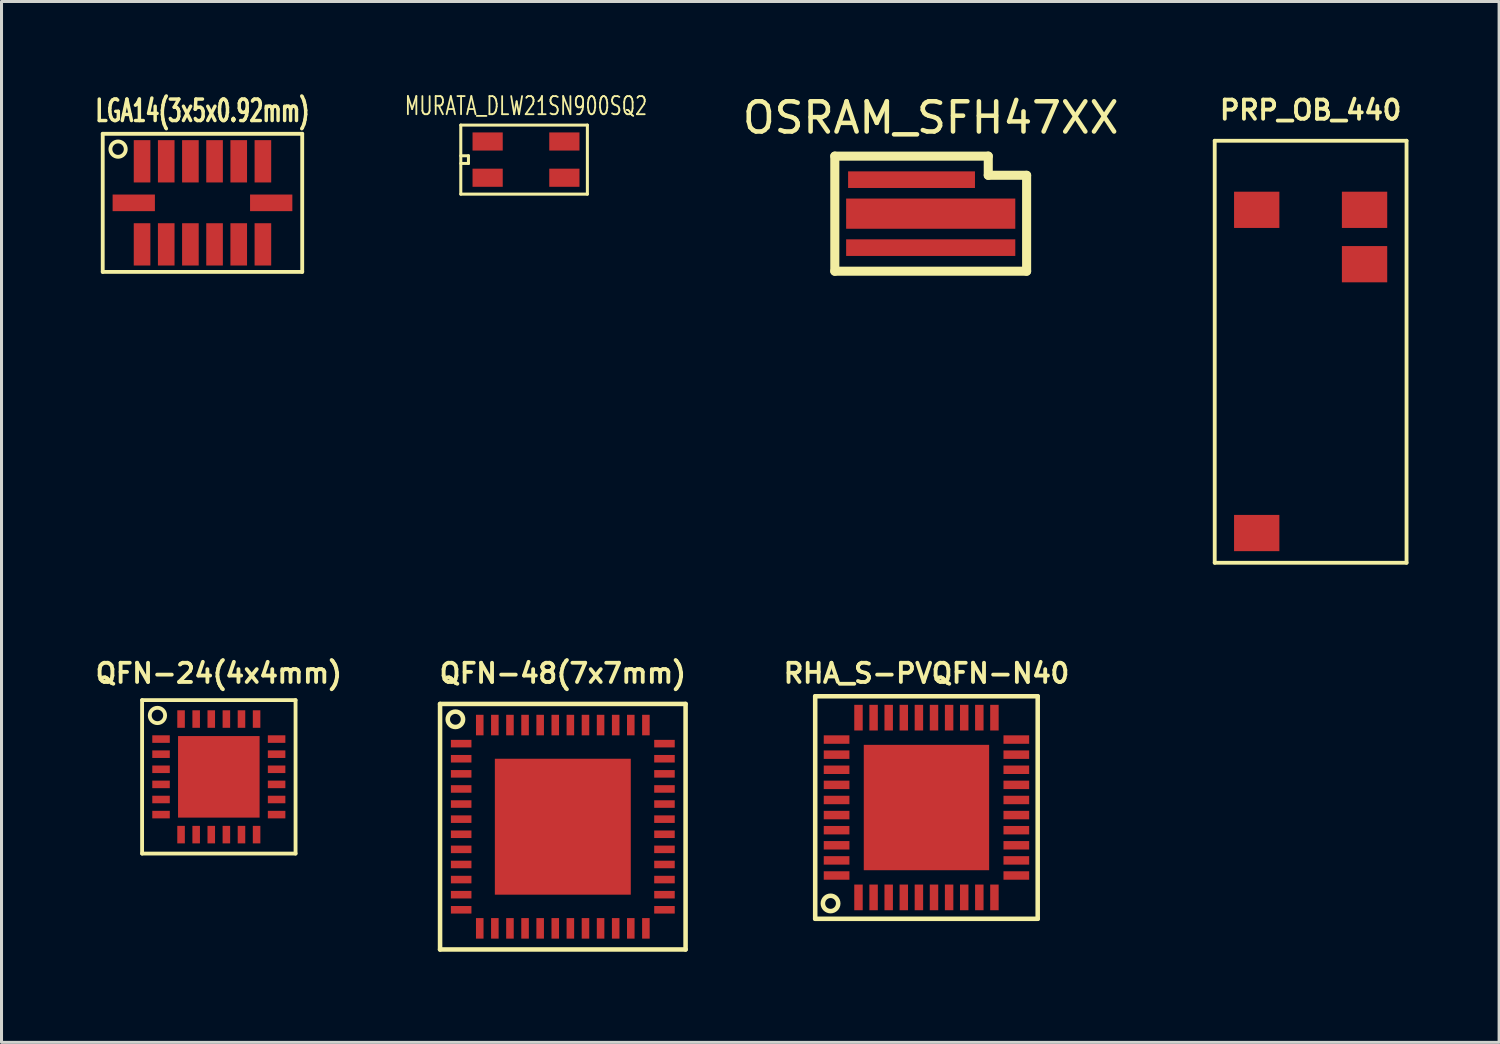
<source format=kicad_pcb>
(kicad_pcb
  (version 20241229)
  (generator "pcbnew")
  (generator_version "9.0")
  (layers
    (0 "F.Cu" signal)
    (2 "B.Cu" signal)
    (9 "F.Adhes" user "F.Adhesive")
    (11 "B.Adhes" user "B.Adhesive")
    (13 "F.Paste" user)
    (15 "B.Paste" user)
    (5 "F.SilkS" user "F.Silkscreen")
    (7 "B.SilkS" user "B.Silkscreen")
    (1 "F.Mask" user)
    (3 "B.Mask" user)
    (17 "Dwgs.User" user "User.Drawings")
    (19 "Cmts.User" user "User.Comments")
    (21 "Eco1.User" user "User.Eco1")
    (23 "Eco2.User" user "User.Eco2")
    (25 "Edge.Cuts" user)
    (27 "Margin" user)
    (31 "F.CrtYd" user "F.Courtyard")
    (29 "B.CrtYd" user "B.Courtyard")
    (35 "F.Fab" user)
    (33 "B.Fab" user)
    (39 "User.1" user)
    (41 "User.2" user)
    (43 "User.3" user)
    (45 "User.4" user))
  (footprint "RHA_S-PVQFN-N40"
    (layer "F.Cu")
    (at 27.62 23.683)
    (property "Reference" "RHA_S-PVQFN-N40" (at 0 -4.445 0) (layer "F.SilkS") (effects (font (size 0.635 0.635) (thickness 0.127))))
    (attr smd)
    (fp_line (start -3.683 -3.683) (end 3.683 -3.683) (stroke (width 0.15) (type solid)) (layer "F.SilkS"))
    (fp_line (start -3.683 3.683) (end -3.683 -3.683) (stroke (width 0.15) (type solid)) (layer "F.SilkS"))
    (fp_line (start 3.683 -3.683) (end 3.683 3.683) (stroke (width 0.15) (type solid)) (layer "F.SilkS"))
    (fp_line (start 3.683 3.683) (end -3.683 3.683) (stroke (width 0.15) (type solid)) (layer "F.SilkS"))
    (fp_circle (center -3.175 3.175) (end -2.921 3.175) (stroke (width 0.15) (type solid)) (fill no) (layer "F.SilkS"))
    (pad "1" smd rect (at -2.25 2.975) (size 0.28 0.85) (layers "F.Cu" "F.Mask" "F.Paste"))
    (pad "2" smd rect (at -1.75 2.975) (size 0.28 0.85) (layers "F.Cu" "F.Mask" "F.Paste"))
    (pad "3" smd rect (at -1.25 2.975) (size 0.28 0.85) (layers "F.Cu" "F.Mask" "F.Paste"))
    (pad "4" smd rect (at -0.75 2.975) (size 0.28 0.85) (layers "F.Cu" "F.Mask" "F.Paste"))
    (pad "5" smd rect (at -0.25 2.975) (size 0.28 0.85) (layers "F.Cu" "F.Mask" "F.Paste"))
    (pad "6" smd rect (at 0.25 2.975) (size 0.28 0.85) (layers "F.Cu" "F.Mask" "F.Paste"))
    (pad "7" smd rect (at 0.75 2.975) (size 0.28 0.85) (layers "F.Cu" "F.Mask" "F.Paste"))
    (pad "8" smd rect (at 1.25 2.975) (size 0.28 0.85) (layers "F.Cu" "F.Mask" "F.Paste"))
    (pad "9" smd rect (at 1.75 2.975) (size 0.28 0.85) (layers "F.Cu" "F.Mask" "F.Paste"))
    (pad "10" smd rect (at 2.25 2.975) (size 0.28 0.85) (layers "F.Cu" "F.Mask" "F.Paste"))
    (pad "11" smd rect (at 2.975 2.25 90) (size 0.28 0.85) (layers "F.Cu" "F.Mask" "F.Paste"))
    (pad "12" smd rect (at 2.975 1.75 90) (size 0.28 0.85) (layers "F.Cu" "F.Mask" "F.Paste"))
    (pad "13" smd rect (at 2.975 1.25 90) (size 0.28 0.85) (layers "F.Cu" "F.Mask" "F.Paste"))
    (pad "14" smd rect (at 2.975 0.75 90) (size 0.28 0.85) (layers "F.Cu" "F.Mask" "F.Paste"))
    (pad "15" smd rect (at 2.975 0.25 90) (size 0.28 0.85) (layers "F.Cu" "F.Mask" "F.Paste"))
    (pad "16" smd rect (at 2.975 -0.25 90) (size 0.28 0.85) (layers "F.Cu" "F.Mask" "F.Paste"))
    (pad "17" smd rect (at 2.975 -0.75 90) (size 0.28 0.85) (layers "F.Cu" "F.Mask" "F.Paste"))
    (pad "18" smd rect (at 2.975 -1.25 90) (size 0.28 0.85) (layers "F.Cu" "F.Mask" "F.Paste"))
    (pad "19" smd rect (at 2.975 -1.75 90) (size 0.28 0.85) (layers "F.Cu" "F.Mask" "F.Paste"))
    (pad "20" smd rect (at 2.975 -2.25 90) (size 0.28 0.85) (layers "F.Cu" "F.Mask" "F.Paste"))
    (pad "21" smd rect (at 2.25 -2.975) (size 0.28 0.85) (layers "F.Cu" "F.Mask" "F.Paste"))
    (pad "22" smd rect (at 1.75 -2.975) (size 0.28 0.85) (layers "F.Cu" "F.Mask" "F.Paste"))
    (pad "23" smd rect (at 1.25 -2.975) (size 0.28 0.85) (layers "F.Cu" "F.Mask" "F.Paste"))
    (pad "24" smd rect (at 0.75 -2.975) (size 0.28 0.85) (layers "F.Cu" "F.Mask" "F.Paste"))
    (pad "25" smd rect (at 0.25 -2.975) (size 0.28 0.85) (layers "F.Cu" "F.Mask" "F.Paste"))
    (pad "26" smd rect (at -0.25 -2.975) (size 0.28 0.85) (layers "F.Cu" "F.Mask" "F.Paste"))
    (pad "27" smd rect (at -0.75 -2.975) (size 0.28 0.85) (layers "F.Cu" "F.Mask" "F.Paste"))
    (pad "28" smd rect (at -1.25 -2.975) (size 0.28 0.85) (layers "F.Cu" "F.Mask" "F.Paste"))
    (pad "29" smd rect (at -1.75 -2.975) (size 0.28 0.85) (layers "F.Cu" "F.Mask" "F.Paste"))
    (pad "30" smd rect (at -2.25 -2.975) (size 0.28 0.85) (layers "F.Cu" "F.Mask" "F.Paste"))
    (pad "31" smd rect (at -2.975 -2.25 90) (size 0.28 0.85) (layers "F.Cu" "F.Mask" "F.Paste"))
    (pad "32" smd rect (at -2.975 -1.75 90) (size 0.28 0.85) (layers "F.Cu" "F.Mask" "F.Paste"))
    (pad "33" smd rect (at -2.975 -1.25 90) (size 0.28 0.85) (layers "F.Cu" "F.Mask" "F.Paste"))
    (pad "34" smd rect (at -2.975 -0.75 90) (size 0.28 0.85) (layers "F.Cu" "F.Mask" "F.Paste"))
    (pad "35" smd rect (at -2.975 -0.25 90) (size 0.28 0.85) (layers "F.Cu" "F.Mask" "F.Paste"))
    (pad "36" smd rect (at -2.975 0.25 90) (size 0.28 0.85) (layers "F.Cu" "F.Mask" "F.Paste"))
    (pad "37" smd rect (at -2.975 0.75 90) (size 0.28 0.85) (layers "F.Cu" "F.Mask" "F.Paste"))
    (pad "38" smd rect (at -2.975 1.25 90) (size 0.28 0.85) (layers "F.Cu" "F.Mask" "F.Paste"))
    (pad "39" smd rect (at -2.975 1.75 90) (size 0.28 0.85) (layers "F.Cu" "F.Mask" "F.Paste"))
    (pad "40" smd rect (at -2.975 2.25 90) (size 0.28 0.85) (layers "F.Cu" "F.Mask" "F.Paste"))
    (pad "41" smd rect (at 0 0) (size 4.15 4.15) (layers "F.Cu" "F.Mask" "F.Paste")))
  (footprint "QFN-24(4x4mm)"
    (layer "F.Cu")
    (at 4.194 22.667)
    (property "Reference" "QFN-24(4x4mm)" (at 0 -3.429 0) (layer "F.SilkS") (effects (font (size 0.635 0.635) (thickness 0.127))))
    (attr smd)
    (fp_line (start -2.54 -2.54) (end 2.54 -2.54) (stroke (width 0.127) (type solid)) (layer "F.SilkS"))
    (fp_line (start -2.54 2.54) (end -2.54 -2.54) (stroke (width 0.127) (type solid)) (layer "F.SilkS"))
    (fp_line (start 2.54 -2.54) (end 2.54 2.54) (stroke (width 0.127) (type solid)) (layer "F.SilkS"))
    (fp_line (start 2.54 2.54) (end -2.54 2.54) (stroke (width 0.127) (type solid)) (layer "F.SilkS"))
    (fp_circle (center -2.032 -2.032) (end -1.778 -2.032) (stroke (width 0.127) (type solid)) (fill no) (layer "F.SilkS"))
    (pad "1" smd rect (at -1.913 -1.25 90) (size 0.25 0.58) (layers "F.Cu" "F.Mask" "F.Paste"))
    (pad "2" smd rect (at -1.913 -0.75 90) (size 0.25 0.58) (layers "F.Cu" "F.Mask" "F.Paste"))
    (pad "3" smd rect (at -1.913 -0.25 90) (size 0.25 0.58) (layers "F.Cu" "F.Mask" "F.Paste"))
    (pad "4" smd rect (at -1.913 0.25 90) (size 0.25 0.58) (layers "F.Cu" "F.Mask" "F.Paste"))
    (pad "5" smd rect (at -1.913 0.75 90) (size 0.25 0.58) (layers "F.Cu" "F.Mask" "F.Paste"))
    (pad "6" smd rect (at -1.913 1.25 90) (size 0.25 0.58) (layers "F.Cu" "F.Mask" "F.Paste"))
    (pad "7" smd rect (at -1.25 1.913) (size 0.25 0.58) (layers "F.Cu" "F.Mask" "F.Paste"))
    (pad "8" smd rect (at -0.75 1.913) (size 0.25 0.58) (layers "F.Cu" "F.Mask" "F.Paste"))
    (pad "9" smd rect (at -0.25 1.913) (size 0.25 0.58) (layers "F.Cu" "F.Mask" "F.Paste"))
    (pad "10" smd rect (at 0.25 1.913) (size 0.25 0.58) (layers "F.Cu" "F.Mask" "F.Paste"))
    (pad "11" smd rect (at 0.75 1.913) (size 0.25 0.58) (layers "F.Cu" "F.Mask" "F.Paste"))
    (pad "12" smd rect (at 1.25 1.913) (size 0.25 0.58) (layers "F.Cu" "F.Mask" "F.Paste"))
    (pad "13" smd rect (at 1.913 1.25 90) (size 0.25 0.58) (layers "F.Cu" "F.Mask" "F.Paste"))
    (pad "14" smd rect (at 1.913 0.75 90) (size 0.25 0.58) (layers "F.Cu" "F.Mask" "F.Paste"))
    (pad "15" smd rect (at 1.913 0.25 90) (size 0.25 0.58) (layers "F.Cu" "F.Mask" "F.Paste"))
    (pad "16" smd rect (at 1.913 -0.25 90) (size 0.25 0.58) (layers "F.Cu" "F.Mask" "F.Paste"))
    (pad "17" smd rect (at 1.913 -0.75 90) (size 0.25 0.58) (layers "F.Cu" "F.Mask" "F.Paste"))
    (pad "18" smd rect (at 1.913 -1.25 90) (size 0.25 0.58) (layers "F.Cu" "F.Mask" "F.Paste"))
    (pad "19" smd rect (at 1.25 -1.913) (size 0.25 0.58) (layers "F.Cu" "F.Mask" "F.Paste"))
    (pad "20" smd rect (at 0.75 -1.913) (size 0.25 0.58) (layers "F.Cu" "F.Mask" "F.Paste"))
    (pad "21" smd rect (at 0.25 -1.913) (size 0.25 0.58) (layers "F.Cu" "F.Mask" "F.Paste"))
    (pad "22" smd rect (at -0.25 -1.913) (size 0.25 0.58) (layers "F.Cu" "F.Mask" "F.Paste"))
    (pad "23" smd rect (at -0.75 -1.913) (size 0.25 0.58) (layers "F.Cu" "F.Mask" "F.Paste"))
    (pad "24" smd rect (at -1.25 -1.913) (size 0.25 0.58) (layers "F.Cu" "F.Mask" "F.Paste"))
    (pad "25" smd rect (at 0 0) (size 2.7 2.7) (layers "F.Cu" "F.Mask" "F.Paste")))
  (footprint "PRP_OB_440"
    (layer "F.Cu")
    (at 40.338 3.896)
    (property "Reference" "PRP_OB_440" (at 0 -3.302 0) (layer "F.SilkS") (effects (font (size 0.635 0.635) (thickness 0.127))))
    (attr smd)
    (fp_line (start -3.175 -2.286) (end 3.175 -2.286) (stroke (width 0.127) (type solid)) (layer "F.SilkS"))
    (fp_line (start -3.175 11.684) (end -3.175 -2.286) (stroke (width 0.127) (type solid)) (layer "F.SilkS"))
    (fp_line (start -3.175 11.684) (end 3.175 11.684) (stroke (width 0.127) (type solid)) (layer "F.SilkS"))
    (fp_line (start 3.175 -2.286) (end 3.175 11.684) (stroke (width 0.127) (type solid)) (layer "F.SilkS"))
    (pad "1" smd rect (at 1.785 0) (size 1.5 1.2) (layers "F.Cu" "F.Mask"))
    (pad "2" smd rect (at 1.785 1.8) (size 1.5 1.2) (layers "F.Cu" "F.Mask"))
    (pad "3" smd rect (at -1.785 0) (size 1.5 1.2) (layers "F.Cu" "F.Mask"))
    (pad "4" smd rect (at -1.785 10.7) (size 1.5 1.2) (layers "F.Cu" "F.Mask")))
  (footprint "QFN-48(7x7mm)"
    (layer "F.Cu")
    (at 15.582 24.318)
    (property "Reference" "QFN-48(7x7mm)" (at 0 -5.08 0) (layer "F.SilkS") (effects (font (size 0.635 0.635) (thickness 0.127))))
    (attr smd)
    (fp_line (start -4.064 -4.064) (end 4.064 -4.064) (stroke (width 0.15) (type solid)) (layer "F.SilkS"))
    (fp_line (start -4.064 4.064) (end -4.064 -4.064) (stroke (width 0.15) (type solid)) (layer "F.SilkS"))
    (fp_line (start 4.064 -4.064) (end 4.064 4.064) (stroke (width 0.15) (type solid)) (layer "F.SilkS"))
    (fp_line (start 4.064 4.064) (end -4.064 4.064) (stroke (width 0.15) (type solid)) (layer "F.SilkS"))
    (fp_circle (center -3.556 -3.556) (end -3.302 -3.556) (stroke (width 0.15) (type solid)) (fill no) (layer "F.SilkS"))
    (pad "1" smd rect (at -3.365 -2.75 90) (size 0.25 0.68) (layers "F.Cu" "F.Mask" "F.Paste"))
    (pad "2" smd rect (at -3.365 -2.25 90) (size 0.25 0.68) (layers "F.Cu" "F.Mask" "F.Paste"))
    (pad "3" smd rect (at -3.365 -1.75 90) (size 0.25 0.68) (layers "F.Cu" "F.Mask" "F.Paste"))
    (pad "4" smd rect (at -3.365 -1.25 90) (size 0.25 0.68) (layers "F.Cu" "F.Mask" "F.Paste"))
    (pad "5" smd rect (at -3.365 -0.75 90) (size 0.25 0.68) (layers "F.Cu" "F.Mask" "F.Paste"))
    (pad "6" smd rect (at -3.365 -0.25 90) (size 0.25 0.68) (layers "F.Cu" "F.Mask" "F.Paste"))
    (pad "7" smd rect (at -3.365 0.25 90) (size 0.25 0.68) (layers "F.Cu" "F.Mask" "F.Paste"))
    (pad "8" smd rect (at -3.365 0.75 90) (size 0.25 0.68) (layers "F.Cu" "F.Mask" "F.Paste"))
    (pad "9" smd rect (at -3.365 1.25 90) (size 0.25 0.68) (layers "F.Cu" "F.Mask" "F.Paste"))
    (pad "10" smd rect (at -3.365 1.75 90) (size 0.25 0.68) (layers "F.Cu" "F.Mask" "F.Paste"))
    (pad "11" smd rect (at -3.365 2.25 90) (size 0.25 0.68) (layers "F.Cu" "F.Mask" "F.Paste"))
    (pad "12" smd rect (at -3.365 2.75 90) (size 0.25 0.68) (layers "F.Cu" "F.Mask" "F.Paste"))
    (pad "13" smd rect (at -2.75 3.365) (size 0.25 0.68) (layers "F.Cu" "F.Mask" "F.Paste"))
    (pad "14" smd rect (at -2.25 3.365) (size 0.25 0.68) (layers "F.Cu" "F.Mask" "F.Paste"))
    (pad "15" smd rect (at -1.75 3.365) (size 0.25 0.68) (layers "F.Cu" "F.Mask" "F.Paste"))
    (pad "16" smd rect (at -1.25 3.365) (size 0.25 0.68) (layers "F.Cu" "F.Mask" "F.Paste"))
    (pad "17" smd rect (at -0.75 3.365) (size 0.25 0.68) (layers "F.Cu" "F.Mask" "F.Paste"))
    (pad "18" smd rect (at -0.25 3.365) (size 0.25 0.68) (layers "F.Cu" "F.Mask" "F.Paste"))
    (pad "19" smd rect (at 0.25 3.365) (size 0.25 0.68) (layers "F.Cu" "F.Mask" "F.Paste"))
    (pad "20" smd rect (at 0.75 3.365) (size 0.25 0.68) (layers "F.Cu" "F.Mask" "F.Paste"))
    (pad "21" smd rect (at 1.25 3.365) (size 0.25 0.68) (layers "F.Cu" "F.Mask" "F.Paste"))
    (pad "22" smd rect (at 1.75 3.365) (size 0.25 0.68) (layers "F.Cu" "F.Mask" "F.Paste"))
    (pad "23" smd rect (at 2.25 3.365) (size 0.25 0.68) (layers "F.Cu" "F.Mask" "F.Paste"))
    (pad "24" smd rect (at 2.75 3.365) (size 0.25 0.68) (layers "F.Cu" "F.Mask" "F.Paste"))
    (pad "25" smd rect (at 3.365 2.75 90) (size 0.25 0.68) (layers "F.Cu" "F.Mask" "F.Paste"))
    (pad "26" smd rect (at 3.365 2.25 90) (size 0.25 0.68) (layers "F.Cu" "F.Mask" "F.Paste"))
    (pad "27" smd rect (at 3.365 1.75 90) (size 0.25 0.68) (layers "F.Cu" "F.Mask" "F.Paste"))
    (pad "28" smd rect (at 3.365 1.25 90) (size 0.25 0.68) (layers "F.Cu" "F.Mask" "F.Paste"))
    (pad "29" smd rect (at 3.365 0.75 90) (size 0.25 0.68) (layers "F.Cu" "F.Mask" "F.Paste"))
    (pad "30" smd rect (at 3.365 0.25 90) (size 0.25 0.68) (layers "F.Cu" "F.Mask" "F.Paste"))
    (pad "31" smd rect (at 3.365 -0.25 90) (size 0.25 0.68) (layers "F.Cu" "F.Mask" "F.Paste"))
    (pad "32" smd rect (at 3.365 -0.75 90) (size 0.25 0.68) (layers "F.Cu" "F.Mask" "F.Paste"))
    (pad "33" smd rect (at 3.365 -1.25 90) (size 0.25 0.68) (layers "F.Cu" "F.Mask" "F.Paste"))
    (pad "34" smd rect (at 3.365 -1.75 90) (size 0.25 0.68) (layers "F.Cu" "F.Mask" "F.Paste"))
    (pad "35" smd rect (at 3.365 -2.25 90) (size 0.25 0.68) (layers "F.Cu" "F.Mask" "F.Paste"))
    (pad "36" smd rect (at 3.365 -2.75 90) (size 0.25 0.68) (layers "F.Cu" "F.Mask" "F.Paste"))
    (pad "37" smd rect (at 2.75 -3.365) (size 0.25 0.68) (layers "F.Cu" "F.Mask" "F.Paste"))
    (pad "38" smd rect (at 2.25 -3.365) (size 0.25 0.68) (layers "F.Cu" "F.Mask" "F.Paste"))
    (pad "39" smd rect (at 1.75 -3.365) (size 0.25 0.68) (layers "F.Cu" "F.Mask" "F.Paste"))
    (pad "40" smd rect (at 1.25 -3.365) (size 0.25 0.68) (layers "F.Cu" "F.Mask" "F.Paste"))
    (pad "41" smd rect (at 0.75 -3.365) (size 0.25 0.68) (layers "F.Cu" "F.Mask" "F.Paste"))
    (pad "42" smd rect (at 0.25 -3.365) (size 0.25 0.68) (layers "F.Cu" "F.Mask" "F.Paste"))
    (pad "43" smd rect (at -0.25 -3.365) (size 0.25 0.68) (layers "F.Cu" "F.Mask" "F.Paste"))
    (pad "44" smd rect (at -0.75 -3.365) (size 0.25 0.68) (layers "F.Cu" "F.Mask" "F.Paste"))
    (pad "45" smd rect (at -1.25 -3.365) (size 0.25 0.68) (layers "F.Cu" "F.Mask" "F.Paste"))
    (pad "46" smd rect (at -1.75 -3.365) (size 0.25 0.68) (layers "F.Cu" "F.Mask" "F.Paste"))
    (pad "47" smd rect (at -2.25 -3.365) (size 0.25 0.68) (layers "F.Cu" "F.Mask" "F.Paste"))
    (pad "48" smd rect (at -2.75 -3.365) (size 0.25 0.68) (layers "F.Cu" "F.Mask" "F.Paste"))
    (pad "49" smd rect (at 0 0) (size 4.5 4.5) (layers "F.Cu" "F.Mask" "F.Paste")))
  (footprint "MURATA_DLW21SN900SQ2"
    (layer "F.Cu")
    (at 14.363 2.234)
    (property "Reference" "MURATA_DLW21SN900SQ2" (at 0 -1.778 0) (layer "F.SilkS") (effects (font (size 0.6 0.42) (thickness 0.06))))
    (attr smd)
    (fp_line (start -2.159 -1.143) (end 2.032 -1.143) (stroke (width 0.1) (type solid)) (layer "F.SilkS"))
    (fp_line (start -2.159 -0.127) (end -1.905 -0.127) (stroke (width 0.1) (type solid)) (layer "F.SilkS"))
    (fp_line (start -2.159 1.143) (end -2.159 -1.143) (stroke (width 0.1) (type solid)) (layer "F.SilkS"))
    (fp_line (start -1.905 -0.127) (end -1.905 0.127) (stroke (width 0.1) (type solid)) (layer "F.SilkS"))
    (fp_line (start -1.905 0.127) (end -2.159 0.127) (stroke (width 0.1) (type solid)) (layer "F.SilkS"))
    (fp_line (start 2.032 -1.143) (end 2.032 1.143) (stroke (width 0.1) (type solid)) (layer "F.SilkS"))
    (fp_line (start 2.032 1.143) (end -2.159 1.143) (stroke (width 0.1) (type solid)) (layer "F.SilkS"))
    (pad "1" smd rect (at -1.27 0.6) (size 1 0.6) (layers "F.Cu" "F.Mask" "F.Paste"))
    (pad "2" smd rect (at 1.27 0.6) (size 1 0.6) (layers "F.Cu" "F.Mask" "F.Paste"))
    (pad "3" smd rect (at 1.27 -0.6) (size 1 0.6) (layers "F.Cu" "F.Mask" "F.Paste"))
    (pad "4" smd rect (at -1.27 -0.6) (size 1 0.6) (layers "F.Cu" "F.Mask" "F.Paste")))
  (footprint "LGA14(3x5x0.92mm)"
    (layer "F.Cu")
    (at 3.653 3.665)
    (property "Reference" "LGA14(3x5x0.92mm)" (at 0 -3.048 0) (layer "F.SilkS") (effects (font (size 0.711 0.457) (thickness 0.114))))
    (attr smd)
    (fp_line (start -3.302 -2.286) (end 3.302 -2.286) (stroke (width 0.127) (type solid)) (layer "F.SilkS"))
    (fp_line (start -3.302 2.286) (end -3.302 -2.286) (stroke (width 0.127) (type solid)) (layer "F.SilkS"))
    (fp_line (start 3.302 -2.286) (end 3.302 2.286) (stroke (width 0.127) (type solid)) (layer "F.SilkS"))
    (fp_line (start 3.302 2.286) (end -3.302 2.286) (stroke (width 0.127) (type solid)) (layer "F.SilkS"))
    (fp_circle (center -2.794 -1.778) (end -2.54 -1.778) (stroke (width 0.127) (type solid)) (fill no) (layer "F.SilkS"))
    (pad "1" smd rect (at -2 1.375) (size 0.55 1.4) (layers "F.Cu" "F.Mask"))
    (pad "2" smd rect (at -1.2 1.375) (size 0.55 1.4) (layers "F.Cu" "F.Mask"))
    (pad "3" smd rect (at -0.4 1.375) (size 0.55 1.4) (layers "F.Cu" "F.Mask"))
    (pad "4" smd rect (at 0.4 1.375) (size 0.55 1.4) (layers "F.Cu" "F.Mask"))
    (pad "5" smd rect (at 1.2 1.375) (size 0.55 1.4) (layers "F.Cu" "F.Mask"))
    (pad "6" smd rect (at 2 1.375) (size 0.55 1.4) (layers "F.Cu" "F.Mask"))
    (pad "7" smd rect (at 2.275 0 90) (size 0.55 1.4) (layers "F.Cu" "F.Mask"))
    (pad "8" smd rect (at 2 -1.375) (size 0.55 1.4) (layers "F.Cu" "F.Mask"))
    (pad "9" smd rect (at 1.2 -1.375) (size 0.55 1.4) (layers "F.Cu" "F.Mask"))
    (pad "10" smd rect (at 0.4 -1.375) (size 0.55 1.4) (layers "F.Cu" "F.Mask"))
    (pad "11" smd rect (at -0.4 -1.375) (size 0.55 1.4) (layers "F.Cu" "F.Mask"))
    (pad "12" smd rect (at -1.2 -1.375) (size 0.55 1.4) (layers "F.Cu" "F.Mask"))
    (pad "13" smd rect (at -2 -1.375) (size 0.55 1.4) (layers "F.Cu" "F.Mask"))
    (pad "14" smd rect (at -2.275 0 90) (size 0.55 1.4) (layers "F.Cu" "F.Mask")))
  (footprint "OSRAM_SFH47XX"
    (layer "F.Cu")
    (at 27.761 4.023)
    (property "Reference" "OSRAM_SFH47XX" (at 0 -3.175 0) (layer "F.SilkS") (effects (font (size 1 1) (thickness 0.15))))
    (attr through_hole)
    (fp_line (start -3.175 -1.905) (end 1.905 -1.905) (stroke (width 0.3) (type solid)) (layer "F.SilkS"))
    (fp_line (start -3.175 1.905) (end -3.175 -1.905) (stroke (width 0.3) (type solid)) (layer "F.SilkS"))
    (fp_line (start 1.905 -1.905) (end 1.905 -1.27) (stroke (width 0.3) (type solid)) (layer "F.SilkS"))
    (fp_line (start 1.905 -1.27) (end 3.175 -1.27) (stroke (width 0.3) (type solid)) (layer "F.SilkS"))
    (fp_line (start 3.175 -1.27) (end 3.175 1.905) (stroke (width 0.3) (type solid)) (layer "F.SilkS"))
    (fp_line (start 3.175 1.905) (end -3.175 1.905) (stroke (width 0.3) (type solid)) (layer "F.SilkS"))
    (pad "1" smd trapezoid (at 0 0) (size 5.6 1) (layers "F.Cu" "F.Mask" "F.Paste"))
    (pad "1" smd trapezoid (at 0 1.125) (size 5.6 0.55) (layers "F.Cu" "F.Mask" "F.Paste"))
    (pad "2" smd trapezoid (at -0.635 -1.125) (size 4.2 0.55) (layers "F.Cu" "F.Mask" "F.Paste")))
  (gr_rect
    (start -3 -3)
    (end 46.577 31.457)
    (stroke (width 0.1) (type default))
    (fill no)
    (layer "Edge.Cuts")))
</source>
